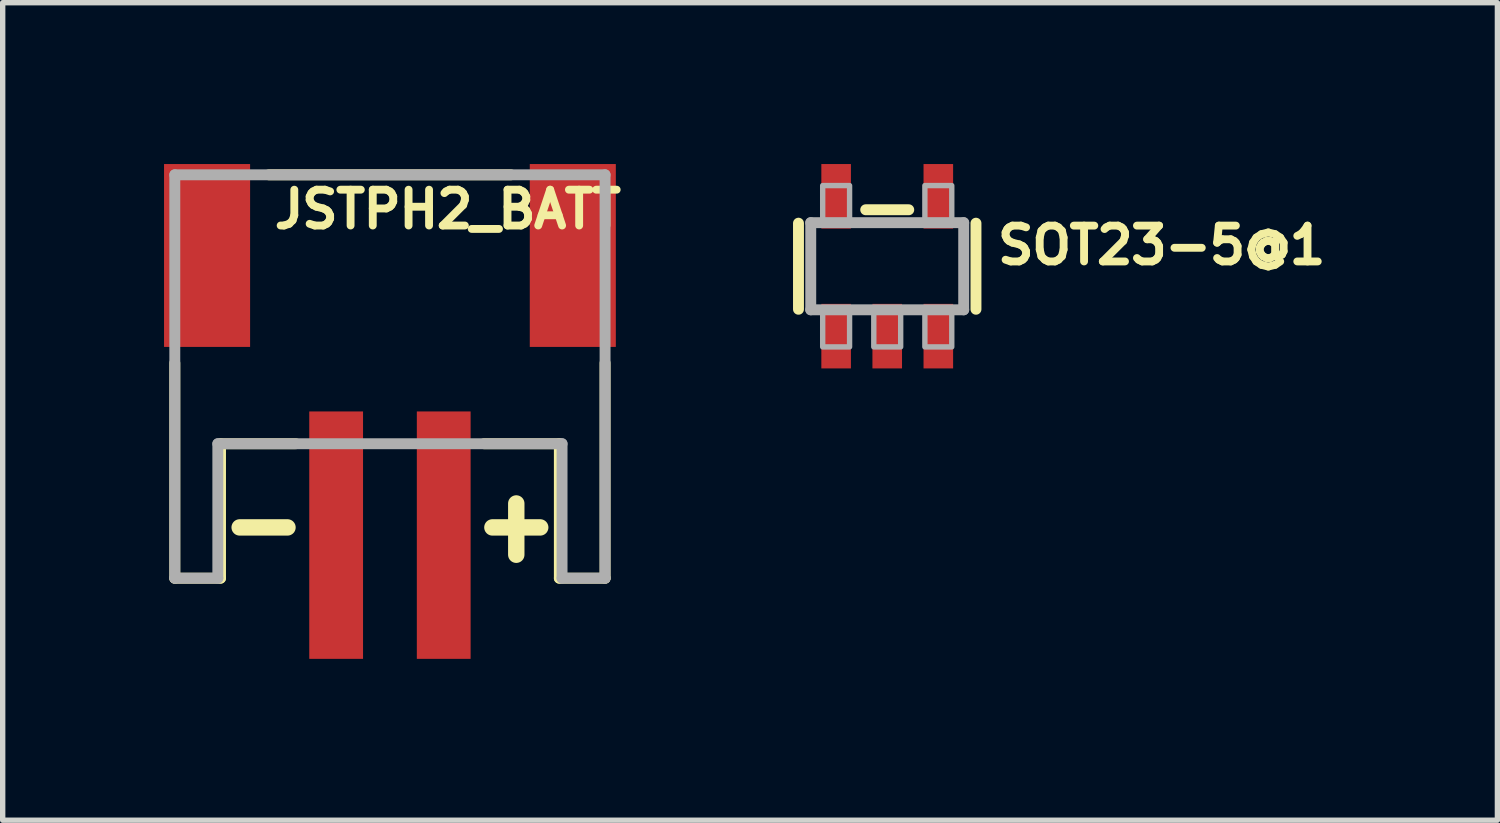
<source format=kicad_pcb>
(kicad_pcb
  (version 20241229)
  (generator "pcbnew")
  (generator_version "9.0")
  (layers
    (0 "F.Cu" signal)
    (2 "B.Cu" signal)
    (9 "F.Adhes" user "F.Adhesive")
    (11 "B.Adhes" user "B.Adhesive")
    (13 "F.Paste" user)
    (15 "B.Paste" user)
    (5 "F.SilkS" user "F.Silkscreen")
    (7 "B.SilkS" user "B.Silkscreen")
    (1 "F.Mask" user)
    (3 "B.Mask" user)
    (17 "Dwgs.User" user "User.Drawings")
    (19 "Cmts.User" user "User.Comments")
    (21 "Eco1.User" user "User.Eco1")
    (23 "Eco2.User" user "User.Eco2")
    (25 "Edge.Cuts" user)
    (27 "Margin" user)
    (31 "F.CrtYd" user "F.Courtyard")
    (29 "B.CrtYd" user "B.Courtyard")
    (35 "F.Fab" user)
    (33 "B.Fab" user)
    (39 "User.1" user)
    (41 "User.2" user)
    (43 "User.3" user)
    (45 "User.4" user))
  (footprint "SOT23-5@1"
    (layer "F.Cu")
    (at 13.446 1.9)
    (property "Reference" "SOT23-5@1" (at 1.978 0 0) (layer "F.SilkS") (effects (font (size 0.666 0.666) (thickness 0.146)) (justify left bottom)))
    (fp_line (start -1.65 -0.8) (end -1.65 0.8) (stroke (width 0.203) (type solid)) (layer "F.SilkS"))
    (fp_line (start -0.4 -1.05) (end 0.4 -1.05) (stroke (width 0.203) (type solid)) (layer "F.SilkS"))
    (fp_line (start 1.65 -0.8) (end 1.65 0.8) (stroke (width 0.203) (type solid)) (layer "F.SilkS"))
    (fp_line (start -1.422 -0.81) (end 1.422 -0.81) (stroke (width 0.203) (type solid)) (layer "F.Fab"))
    (fp_line (start -1.422 0.81) (end -1.422 -0.81) (stroke (width 0.203) (type solid)) (layer "F.Fab"))
    (fp_line (start 1.422 -0.81) (end 1.422 0.81) (stroke (width 0.203) (type solid)) (layer "F.Fab"))
    (fp_line (start 1.422 0.81) (end -1.422 0.81) (stroke (width 0.203) (type solid)) (layer "F.Fab"))
    (fp_poly (pts (xy -1.2 -0.85) (xy -0.7 -0.85) (xy -0.7 -1.5) (xy -1.2 -1.5)) (stroke (width 0.1) (type default)) (fill no) (layer "F.Fab"))
    (fp_poly (pts (xy -1.2 1.5) (xy -0.7 1.5) (xy -0.7 0.85) (xy -1.2 0.85)) (stroke (width 0.1) (type default)) (fill no) (layer "F.Fab"))
    (fp_poly (pts (xy -0.25 1.5) (xy 0.25 1.5) (xy 0.25 0.85) (xy -0.25 0.85)) (stroke (width 0.1) (type default)) (fill no) (layer "F.Fab"))
    (fp_poly (pts (xy 0.7 -0.85) (xy 1.2 -0.85) (xy 1.2 -1.5) (xy 0.7 -1.5)) (stroke (width 0.1) (type default)) (fill no) (layer "F.Fab"))
    (fp_poly (pts (xy 0.7 1.5) (xy 1.2 1.5) (xy 1.2 0.85) (xy 0.7 0.85)) (stroke (width 0.1) (type default)) (fill no) (layer "F.Fab"))
    (pad "1" smd rect (at -0.95 1.3) (size 0.55 1.2) (layers "F.Cu" "F.Mask" "F.Paste"))
    (pad "2" smd rect (at 0 1.3) (size 0.55 1.2) (layers "F.Cu" "F.Mask" "F.Paste"))
    (pad "3" smd rect (at 0.95 1.3) (size 0.55 1.2) (layers "F.Cu" "F.Mask" "F.Paste"))
    (pad "4" smd rect (at 0.95 -1.3) (size 0.55 1.2) (layers "F.Cu" "F.Mask" "F.Paste"))
    (pad "5" smd rect (at -0.95 -1.3) (size 0.55 1.2) (layers "F.Cu" "F.Mask" "F.Paste")))
  (footprint "JSTPH2_BATT"
    (layer "F.Cu")
    (at 4.2 3.2)
    (property "Reference" "JSTPH2_BATT" (at -2.223 -1.968 0) (layer "F.SilkS") (effects (font (size 0.666 0.666) (thickness 0.146)) (justify left bottom)))
    (fp_line (start -4 4.5) (end -4 0.5) (stroke (width 0.203) (type solid)) (layer "F.SilkS"))
    (fp_line (start -3.15 2) (end -3.15 4.5) (stroke (width 0.203) (type solid)) (layer "F.SilkS"))
    (fp_line (start -3.15 4.5) (end -4 4.5) (stroke (width 0.203) (type solid)) (layer "F.SilkS"))
    (fp_line (start -2.794 3.556) (end -1.905 3.556) (stroke (width 0.305) (type solid)) (layer "F.SilkS"))
    (fp_line (start -2.25 -3) (end 2.25 -3) (stroke (width 0.203) (type solid)) (layer "F.SilkS"))
    (fp_line (start -1.75 2) (end -3.15 2) (stroke (width 0.203) (type solid)) (layer "F.SilkS"))
    (fp_line (start 1.905 3.556) (end 2.794 3.556) (stroke (width 0.305) (type solid)) (layer "F.SilkS"))
    (fp_line (start 2.349 4.064) (end 2.349 3.111) (stroke (width 0.305) (type solid)) (layer "F.SilkS"))
    (fp_line (start 3.15 2) (end 1.75 2) (stroke (width 0.203) (type solid)) (layer "F.SilkS"))
    (fp_line (start 3.15 4.5) (end 3.15 2) (stroke (width 0.203) (type solid)) (layer "F.SilkS"))
    (fp_line (start 4 0.5) (end 4 4.5) (stroke (width 0.203) (type solid)) (layer "F.SilkS"))
    (fp_line (start 4 4.5) (end 3.15 4.5) (stroke (width 0.203) (type solid)) (layer "F.SilkS"))
    (fp_line (start -4 -3) (end 4 -3) (stroke (width 0.203) (type solid)) (layer "F.Fab"))
    (fp_line (start -4 4.5) (end -4 -3) (stroke (width 0.203) (type solid)) (layer "F.Fab"))
    (fp_line (start -3.2 2) (end -3.2 4.5) (stroke (width 0.203) (type solid)) (layer "F.Fab"))
    (fp_line (start -3.2 4.5) (end -4 4.5) (stroke (width 0.203) (type solid)) (layer "F.Fab"))
    (fp_line (start 3.2 2) (end -3.2 2) (stroke (width 0.203) (type solid)) (layer "F.Fab"))
    (fp_line (start 3.2 4.5) (end 3.2 2) (stroke (width 0.203) (type solid)) (layer "F.Fab"))
    (fp_line (start 4 -3) (end 4 4.5) (stroke (width 0.203) (type solid)) (layer "F.Fab"))
    (fp_line (start 4 4.5) (end 3.2 4.5) (stroke (width 0.203) (type solid)) (layer "F.Fab"))
    (pad "1" smd rect (at -1 3.7) (size 1 4.6) (layers "F.Cu" "F.Mask" "F.Paste"))
    (pad "2" smd rect (at 1 3.7) (size 1 4.6) (layers "F.Cu" "F.Mask" "F.Paste"))
    (pad "NC1" smd rect (at -3.4 -1.5 90) (size 3.4 1.6) (layers "F.Cu" "F.Mask" "F.Paste"))
    (pad "NC2" smd rect (at 3.4 -1.5 90) (size 3.4 1.6) (layers "F.Cu" "F.Mask" "F.Paste")))
  (gr_rect
    (start -3 -3)
    (end 24.791 12.2)
    (stroke (width 0.1) (type default))
    (fill no)
    (layer "Edge.Cuts")))
</source>
